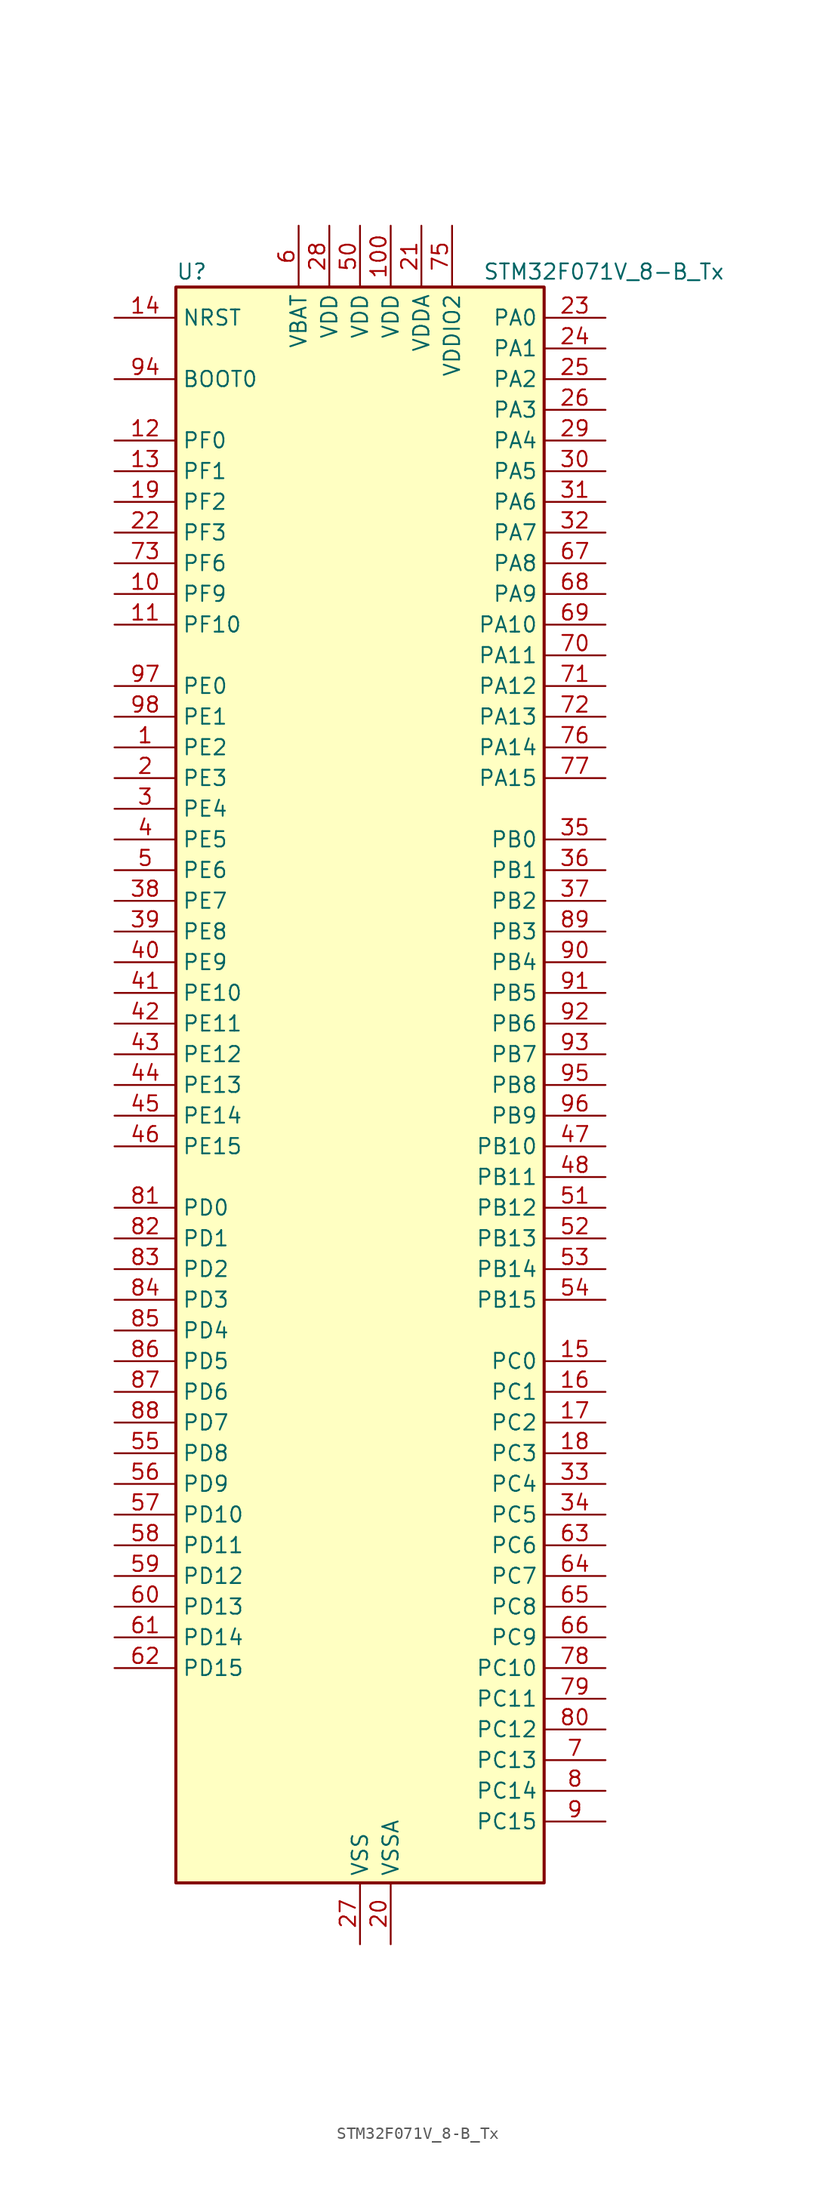
<source format=kicad_sym>
(kicad_symbol_lib
  (version 20220914)
  (generator kicad_symbol_editor)
  (symbol "STM32F071V_8-B_Tx"
    (property "Reference" "U"
      (at -15.24 67.31 0)
      (effects (font (size 1.27 1.27)) (justify left)))
    (property "Value" "STM32F071V_8-B_Tx"
      (at 10.16 67.31 0)
      (effects (font (size 1.27 1.27)) (justify left)))
    (property "ki_locked" ""
      (at 0 0 0)
      (effects (font (size 1.27 1.27))))
    (symbol "STM32F071V_8-B_Tx_0_1"
      (rectangle (start -15.24 -66.04) (end 15.24 66.04) (stroke (width 0.254) (type default)) (fill (type background))))
    (symbol "STM32F071V_8-B_Tx_1_1"
      (pin bidirectional line (at -20.32 27.94 0) (length 5.08) (name "PE2" (effects (font (size 1.27 1.27)))) (number "1" (effects (font (size 1.27 1.27)))) (alternate "TIM3_ETR" bidirectional line) (alternate "TSC_G7_IO1" bidirectional line))
      (pin bidirectional line (at -20.32 40.64 0) (length 5.08) (name "PF9" (effects (font (size 1.27 1.27)))) (number "10" (effects (font (size 1.27 1.27)))) (alternate "DAC_EXTI9" bidirectional line) (alternate "TIM15_CH1" bidirectional line))
      (pin power_in line (at 2.54 71.12 270) (length 5.08) (name "VDD" (effects (font (size 1.27 1.27)))) (number "100" (effects (font (size 1.27 1.27)))))
      (pin bidirectional line (at -20.32 38.1 0) (length 5.08) (name "PF10" (effects (font (size 1.27 1.27)))) (number "11" (effects (font (size 1.27 1.27)))) (alternate "TIM15_CH2" bidirectional line))
      (pin bidirectional line (at -20.32 53.34 0) (length 5.08) (name "PF0" (effects (font (size 1.27 1.27)))) (number "12" (effects (font (size 1.27 1.27)))) (alternate "CRS_SYNC" bidirectional line) (alternate "RCC_OSC_IN" bidirectional line))
      (pin bidirectional line (at -20.32 50.8 0) (length 5.08) (name "PF1" (effects (font (size 1.27 1.27)))) (number "13" (effects (font (size 1.27 1.27)))) (alternate "RCC_OSC_OUT" bidirectional line))
      (pin input line (at -20.32 63.5 0) (length 5.08) (name "NRST" (effects (font (size 1.27 1.27)))) (number "14" (effects (font (size 1.27 1.27)))))
      (pin bidirectional line (at 20.32 -22.86 180) (length 5.08) (name "PC0" (effects (font (size 1.27 1.27)))) (number "15" (effects (font (size 1.27 1.27)))) (alternate "ADC_IN10" bidirectional line))
      (pin bidirectional line (at 20.32 -25.4 180) (length 5.08) (name "PC1" (effects (font (size 1.27 1.27)))) (number "16" (effects (font (size 1.27 1.27)))) (alternate "ADC_IN11" bidirectional line))
      (pin bidirectional line (at 20.32 -27.94 180) (length 5.08) (name "PC2" (effects (font (size 1.27 1.27)))) (number "17" (effects (font (size 1.27 1.27)))) (alternate "ADC_IN12" bidirectional line) (alternate "I2S2_MCK" bidirectional line) (alternate "SPI2_MISO" bidirectional line))
      (pin bidirectional line (at 20.32 -30.48 180) (length 5.08) (name "PC3" (effects (font (size 1.27 1.27)))) (number "18" (effects (font (size 1.27 1.27)))) (alternate "ADC_IN13" bidirectional line) (alternate "I2S2_SD" bidirectional line) (alternate "SPI2_MOSI" bidirectional line))
      (pin bidirectional line (at -20.32 48.26 0) (length 5.08) (name "PF2" (effects (font (size 1.27 1.27)))) (number "19" (effects (font (size 1.27 1.27)))) (alternate "SYS_WKUP8" bidirectional line))
      (pin bidirectional line (at -20.32 25.4 0) (length 5.08) (name "PE3" (effects (font (size 1.27 1.27)))) (number "2" (effects (font (size 1.27 1.27)))) (alternate "TIM3_CH1" bidirectional line) (alternate "TSC_G7_IO2" bidirectional line))
      (pin power_in line (at 2.54 -71.12 90) (length 5.08) (name "VSSA" (effects (font (size 1.27 1.27)))) (number "20" (effects (font (size 1.27 1.27)))))
      (pin power_in line (at 5.08 71.12 270) (length 5.08) (name "VDDA" (effects (font (size 1.27 1.27)))) (number "21" (effects (font (size 1.27 1.27)))))
      (pin bidirectional line (at -20.32 45.72 0) (length 5.08) (name "PF3" (effects (font (size 1.27 1.27)))) (number "22" (effects (font (size 1.27 1.27)))))
      (pin bidirectional line (at 20.32 63.5 180) (length 5.08) (name "PA0" (effects (font (size 1.27 1.27)))) (number "23" (effects (font (size 1.27 1.27)))) (alternate "ADC_IN0" bidirectional line) (alternate "COMP1_INM" bidirectional line) (alternate "COMP1_OUT" bidirectional line) (alternate "RTC_TAMP2" bidirectional line) (alternate "SYS_WKUP1" bidirectional line) (alternate "TIM2_CH1" bidirectional line) (alternate "TIM2_ETR" bidirectional line) (alternate "TSC_G1_IO1" bidirectional line) (alternate "USART2_CTS" bidirectional line) (alternate "USART4_TX" bidirectional line))
      (pin bidirectional line (at 20.32 60.96 180) (length 5.08) (name "PA1" (effects (font (size 1.27 1.27)))) (number "24" (effects (font (size 1.27 1.27)))) (alternate "ADC_IN1" bidirectional line) (alternate "COMP1_INP" bidirectional line) (alternate "TIM15_CH1N" bidirectional line) (alternate "TIM2_CH2" bidirectional line) (alternate "TSC_G1_IO2" bidirectional line) (alternate "USART2_DE" bidirectional line) (alternate "USART2_RTS" bidirectional line) (alternate "USART4_RX" bidirectional line))
      (pin bidirectional line (at 20.32 58.42 180) (length 5.08) (name "PA2" (effects (font (size 1.27 1.27)))) (number "25" (effects (font (size 1.27 1.27)))) (alternate "ADC_IN2" bidirectional line) (alternate "COMP2_INM" bidirectional line) (alternate "COMP2_OUT" bidirectional line) (alternate "SYS_WKUP4" bidirectional line) (alternate "TIM15_CH1" bidirectional line) (alternate "TIM2_CH3" bidirectional line) (alternate "TSC_G1_IO3" bidirectional line) (alternate "USART2_TX" bidirectional line))
      (pin bidirectional line (at 20.32 55.88 180) (length 5.08) (name "PA3" (effects (font (size 1.27 1.27)))) (number "26" (effects (font (size 1.27 1.27)))) (alternate "ADC_IN3" bidirectional line) (alternate "COMP2_INP" bidirectional line) (alternate "TIM15_CH2" bidirectional line) (alternate "TIM2_CH4" bidirectional line) (alternate "TSC_G1_IO4" bidirectional line) (alternate "USART2_RX" bidirectional line))
      (pin power_in line (at 0 -71.12 90) (length 5.08) (name "VSS" (effects (font (size 1.27 1.27)))) (number "27" (effects (font (size 1.27 1.27)))))
      (pin power_in line (at -2.54 71.12 270) (length 5.08) (name "VDD" (effects (font (size 1.27 1.27)))) (number "28" (effects (font (size 1.27 1.27)))))
      (pin bidirectional line (at 20.32 53.34 180) (length 5.08) (name "PA4" (effects (font (size 1.27 1.27)))) (number "29" (effects (font (size 1.27 1.27)))) (alternate "ADC_IN4" bidirectional line) (alternate "COMP1_INM" bidirectional line) (alternate "COMP2_INM" bidirectional line) (alternate "DAC_OUT1" bidirectional line) (alternate "I2S1_WS" bidirectional line) (alternate "SPI1_NSS" bidirectional line) (alternate "TIM14_CH1" bidirectional line) (alternate "TSC_G2_IO1" bidirectional line) (alternate "USART2_CK" bidirectional line))
      (pin bidirectional line (at -20.32 22.86 0) (length 5.08) (name "PE4" (effects (font (size 1.27 1.27)))) (number "3" (effects (font (size 1.27 1.27)))) (alternate "TIM3_CH2" bidirectional line) (alternate "TSC_G7_IO3" bidirectional line))
      (pin bidirectional line (at 20.32 50.8 180) (length 5.08) (name "PA5" (effects (font (size 1.27 1.27)))) (number "30" (effects (font (size 1.27 1.27)))) (alternate "ADC_IN5" bidirectional line) (alternate "CEC" bidirectional line) (alternate "COMP1_INM" bidirectional line) (alternate "COMP2_INM" bidirectional line) (alternate "DAC_OUT2" bidirectional line) (alternate "I2S1_CK" bidirectional line) (alternate "SPI1_SCK" bidirectional line) (alternate "TIM2_CH1" bidirectional line) (alternate "TIM2_ETR" bidirectional line) (alternate "TSC_G2_IO2" bidirectional line))
      (pin bidirectional line (at 20.32 48.26 180) (length 5.08) (name "PA6" (effects (font (size 1.27 1.27)))) (number "31" (effects (font (size 1.27 1.27)))) (alternate "ADC_IN6" bidirectional line) (alternate "COMP1_OUT" bidirectional line) (alternate "I2S1_MCK" bidirectional line) (alternate "SPI1_MISO" bidirectional line) (alternate "TIM16_CH1" bidirectional line) (alternate "TIM1_BKIN" bidirectional line) (alternate "TIM3_CH1" bidirectional line) (alternate "TSC_G2_IO3" bidirectional line) (alternate "USART3_CTS" bidirectional line))
      (pin bidirectional line (at 20.32 45.72 180) (length 5.08) (name "PA7" (effects (font (size 1.27 1.27)))) (number "32" (effects (font (size 1.27 1.27)))) (alternate "ADC_IN7" bidirectional line) (alternate "COMP2_OUT" bidirectional line) (alternate "I2S1_SD" bidirectional line) (alternate "SPI1_MOSI" bidirectional line) (alternate "TIM14_CH1" bidirectional line) (alternate "TIM17_CH1" bidirectional line) (alternate "TIM1_CH1N" bidirectional line) (alternate "TIM3_CH2" bidirectional line) (alternate "TSC_G2_IO4" bidirectional line))
      (pin bidirectional line (at 20.32 -33.02 180) (length 5.08) (name "PC4" (effects (font (size 1.27 1.27)))) (number "33" (effects (font (size 1.27 1.27)))) (alternate "ADC_IN14" bidirectional line) (alternate "USART3_TX" bidirectional line))
      (pin bidirectional line (at 20.32 -35.56 180) (length 5.08) (name "PC5" (effects (font (size 1.27 1.27)))) (number "34" (effects (font (size 1.27 1.27)))) (alternate "ADC_IN15" bidirectional line) (alternate "SYS_WKUP5" bidirectional line) (alternate "TSC_G3_IO1" bidirectional line) (alternate "USART3_RX" bidirectional line))
      (pin bidirectional line (at 20.32 20.32 180) (length 5.08) (name "PB0" (effects (font (size 1.27 1.27)))) (number "35" (effects (font (size 1.27 1.27)))) (alternate "ADC_IN8" bidirectional line) (alternate "TIM1_CH2N" bidirectional line) (alternate "TIM3_CH3" bidirectional line) (alternate "TSC_G3_IO2" bidirectional line) (alternate "USART3_CK" bidirectional line))
      (pin bidirectional line (at 20.32 17.78 180) (length 5.08) (name "PB1" (effects (font (size 1.27 1.27)))) (number "36" (effects (font (size 1.27 1.27)))) (alternate "ADC_IN9" bidirectional line) (alternate "TIM14_CH1" bidirectional line) (alternate "TIM1_CH3N" bidirectional line) (alternate "TIM3_CH4" bidirectional line) (alternate "TSC_G3_IO3" bidirectional line) (alternate "USART3_DE" bidirectional line) (alternate "USART3_RTS" bidirectional line))
      (pin bidirectional line (at 20.32 15.24 180) (length 5.08) (name "PB2" (effects (font (size 1.27 1.27)))) (number "37" (effects (font (size 1.27 1.27)))) (alternate "TSC_G3_IO4" bidirectional line))
      (pin bidirectional line (at -20.32 15.24 0) (length 5.08) (name "PE7" (effects (font (size 1.27 1.27)))) (number "38" (effects (font (size 1.27 1.27)))) (alternate "TIM1_ETR" bidirectional line))
      (pin bidirectional line (at -20.32 12.7 0) (length 5.08) (name "PE8" (effects (font (size 1.27 1.27)))) (number "39" (effects (font (size 1.27 1.27)))) (alternate "TIM1_CH1N" bidirectional line))
      (pin bidirectional line (at -20.32 20.32 0) (length 5.08) (name "PE5" (effects (font (size 1.27 1.27)))) (number "4" (effects (font (size 1.27 1.27)))) (alternate "TIM3_CH3" bidirectional line) (alternate "TSC_G7_IO4" bidirectional line))
      (pin bidirectional line (at -20.32 10.16 0) (length 5.08) (name "PE9" (effects (font (size 1.27 1.27)))) (number "40" (effects (font (size 1.27 1.27)))) (alternate "DAC_EXTI9" bidirectional line) (alternate "TIM1_CH1" bidirectional line))
      (pin bidirectional line (at -20.32 7.62 0) (length 5.08) (name "PE10" (effects (font (size 1.27 1.27)))) (number "41" (effects (font (size 1.27 1.27)))) (alternate "TIM1_CH2N" bidirectional line))
      (pin bidirectional line (at -20.32 5.08 0) (length 5.08) (name "PE11" (effects (font (size 1.27 1.27)))) (number "42" (effects (font (size 1.27 1.27)))) (alternate "TIM1_CH2" bidirectional line))
      (pin bidirectional line (at -20.32 2.54 0) (length 5.08) (name "PE12" (effects (font (size 1.27 1.27)))) (number "43" (effects (font (size 1.27 1.27)))) (alternate "I2S1_WS" bidirectional line) (alternate "SPI1_NSS" bidirectional line) (alternate "TIM1_CH3N" bidirectional line))
      (pin bidirectional line (at -20.32 0 0) (length 5.08) (name "PE13" (effects (font (size 1.27 1.27)))) (number "44" (effects (font (size 1.27 1.27)))) (alternate "I2S1_CK" bidirectional line) (alternate "SPI1_SCK" bidirectional line) (alternate "TIM1_CH3" bidirectional line))
      (pin bidirectional line (at -20.32 -2.54 0) (length 5.08) (name "PE14" (effects (font (size 1.27 1.27)))) (number "45" (effects (font (size 1.27 1.27)))) (alternate "I2S1_MCK" bidirectional line) (alternate "SPI1_MISO" bidirectional line) (alternate "TIM1_CH4" bidirectional line))
      (pin bidirectional line (at -20.32 -5.08 0) (length 5.08) (name "PE15" (effects (font (size 1.27 1.27)))) (number "46" (effects (font (size 1.27 1.27)))) (alternate "I2S1_SD" bidirectional line) (alternate "SPI1_MOSI" bidirectional line) (alternate "TIM1_BKIN" bidirectional line))
      (pin bidirectional line (at 20.32 -5.08 180) (length 5.08) (name "PB10" (effects (font (size 1.27 1.27)))) (number "47" (effects (font (size 1.27 1.27)))) (alternate "CEC" bidirectional line) (alternate "I2C2_SCL" bidirectional line) (alternate "I2S2_CK" bidirectional line) (alternate "SPI2_SCK" bidirectional line) (alternate "TIM2_CH3" bidirectional line) (alternate "TSC_SYNC" bidirectional line) (alternate "USART3_TX" bidirectional line))
      (pin bidirectional line (at 20.32 -7.62 180) (length 5.08) (name "PB11" (effects (font (size 1.27 1.27)))) (number "48" (effects (font (size 1.27 1.27)))) (alternate "I2C2_SDA" bidirectional line) (alternate "TIM2_CH4" bidirectional line) (alternate "TSC_G6_IO1" bidirectional line) (alternate "USART3_RX" bidirectional line))
      (pin passive line (at 0 -71.12 90) (length 5.08) hide (name "VSS" (effects (font (size 1.27 1.27)))) (number "49" (effects (font (size 1.27 1.27)))))
      (pin bidirectional line (at -20.32 17.78 0) (length 5.08) (name "PE6" (effects (font (size 1.27 1.27)))) (number "5" (effects (font (size 1.27 1.27)))) (alternate "RTC_TAMP3" bidirectional line) (alternate "SYS_WKUP3" bidirectional line) (alternate "TIM3_CH4" bidirectional line))
      (pin power_in line (at 0 71.12 270) (length 5.08) (name "VDD" (effects (font (size 1.27 1.27)))) (number "50" (effects (font (size 1.27 1.27)))))
      (pin bidirectional line (at 20.32 -10.16 180) (length 5.08) (name "PB12" (effects (font (size 1.27 1.27)))) (number "51" (effects (font (size 1.27 1.27)))) (alternate "I2S2_WS" bidirectional line) (alternate "SPI2_NSS" bidirectional line) (alternate "TIM15_BKIN" bidirectional line) (alternate "TIM1_BKIN" bidirectional line) (alternate "TSC_G6_IO2" bidirectional line) (alternate "USART3_CK" bidirectional line))
      (pin bidirectional line (at 20.32 -12.7 180) (length 5.08) (name "PB13" (effects (font (size 1.27 1.27)))) (number "52" (effects (font (size 1.27 1.27)))) (alternate "I2C2_SCL" bidirectional line) (alternate "I2S2_CK" bidirectional line) (alternate "SPI2_SCK" bidirectional line) (alternate "TIM1_CH1N" bidirectional line) (alternate "TSC_G6_IO3" bidirectional line) (alternate "USART3_CTS" bidirectional line))
      (pin bidirectional line (at 20.32 -15.24 180) (length 5.08) (name "PB14" (effects (font (size 1.27 1.27)))) (number "53" (effects (font (size 1.27 1.27)))) (alternate "I2C2_SDA" bidirectional line) (alternate "I2S2_MCK" bidirectional line) (alternate "SPI2_MISO" bidirectional line) (alternate "TIM15_CH1" bidirectional line) (alternate "TIM1_CH2N" bidirectional line) (alternate "TSC_G6_IO4" bidirectional line) (alternate "USART3_DE" bidirectional line) (alternate "USART3_RTS" bidirectional line))
      (pin bidirectional line (at 20.32 -17.78 180) (length 5.08) (name "PB15" (effects (font (size 1.27 1.27)))) (number "54" (effects (font (size 1.27 1.27)))) (alternate "I2S2_SD" bidirectional line) (alternate "RTC_REFIN" bidirectional line) (alternate "SPI2_MOSI" bidirectional line) (alternate "SYS_WKUP7" bidirectional line) (alternate "TIM15_CH1N" bidirectional line) (alternate "TIM15_CH2" bidirectional line) (alternate "TIM1_CH3N" bidirectional line))
      (pin bidirectional line (at -20.32 -30.48 0) (length 5.08) (name "PD8" (effects (font (size 1.27 1.27)))) (number "55" (effects (font (size 1.27 1.27)))) (alternate "USART3_TX" bidirectional line))
      (pin bidirectional line (at -20.32 -33.02 0) (length 5.08) (name "PD9" (effects (font (size 1.27 1.27)))) (number "56" (effects (font (size 1.27 1.27)))) (alternate "DAC_EXTI9" bidirectional line) (alternate "USART3_RX" bidirectional line))
      (pin bidirectional line (at -20.32 -35.56 0) (length 5.08) (name "PD10" (effects (font (size 1.27 1.27)))) (number "57" (effects (font (size 1.27 1.27)))) (alternate "USART3_CK" bidirectional line))
      (pin bidirectional line (at -20.32 -38.1 0) (length 5.08) (name "PD11" (effects (font (size 1.27 1.27)))) (number "58" (effects (font (size 1.27 1.27)))) (alternate "USART3_CTS" bidirectional line))
      (pin bidirectional line (at -20.32 -40.64 0) (length 5.08) (name "PD12" (effects (font (size 1.27 1.27)))) (number "59" (effects (font (size 1.27 1.27)))) (alternate "TSC_G8_IO1" bidirectional line) (alternate "USART3_DE" bidirectional line) (alternate "USART3_RTS" bidirectional line))
      (pin power_in line (at -5.08 71.12 270) (length 5.08) (name "VBAT" (effects (font (size 1.27 1.27)))) (number "6" (effects (font (size 1.27 1.27)))))
      (pin bidirectional line (at -20.32 -43.18 0) (length 5.08) (name "PD13" (effects (font (size 1.27 1.27)))) (number "60" (effects (font (size 1.27 1.27)))) (alternate "TSC_G8_IO2" bidirectional line))
      (pin bidirectional line (at -20.32 -45.72 0) (length 5.08) (name "PD14" (effects (font (size 1.27 1.27)))) (number "61" (effects (font (size 1.27 1.27)))) (alternate "TSC_G8_IO3" bidirectional line))
      (pin bidirectional line (at -20.32 -48.26 0) (length 5.08) (name "PD15" (effects (font (size 1.27 1.27)))) (number "62" (effects (font (size 1.27 1.27)))) (alternate "CRS_SYNC" bidirectional line) (alternate "TSC_G8_IO4" bidirectional line))
      (pin bidirectional line (at 20.32 -38.1 180) (length 5.08) (name "PC6" (effects (font (size 1.27 1.27)))) (number "63" (effects (font (size 1.27 1.27)))) (alternate "TIM3_CH1" bidirectional line))
      (pin bidirectional line (at 20.32 -40.64 180) (length 5.08) (name "PC7" (effects (font (size 1.27 1.27)))) (number "64" (effects (font (size 1.27 1.27)))) (alternate "TIM3_CH2" bidirectional line))
      (pin bidirectional line (at 20.32 -43.18 180) (length 5.08) (name "PC8" (effects (font (size 1.27 1.27)))) (number "65" (effects (font (size 1.27 1.27)))) (alternate "TIM3_CH3" bidirectional line))
      (pin bidirectional line (at 20.32 -45.72 180) (length 5.08) (name "PC9" (effects (font (size 1.27 1.27)))) (number "66" (effects (font (size 1.27 1.27)))) (alternate "DAC_EXTI9" bidirectional line) (alternate "TIM3_CH4" bidirectional line))
      (pin bidirectional line (at 20.32 43.18 180) (length 5.08) (name "PA8" (effects (font (size 1.27 1.27)))) (number "67" (effects (font (size 1.27 1.27)))) (alternate "CRS_SYNC" bidirectional line) (alternate "RCC_MCO" bidirectional line) (alternate "TIM1_CH1" bidirectional line) (alternate "USART1_CK" bidirectional line))
      (pin bidirectional line (at 20.32 40.64 180) (length 5.08) (name "PA9" (effects (font (size 1.27 1.27)))) (number "68" (effects (font (size 1.27 1.27)))) (alternate "DAC_EXTI9" bidirectional line) (alternate "TIM15_BKIN" bidirectional line) (alternate "TIM1_CH2" bidirectional line) (alternate "TSC_G4_IO1" bidirectional line) (alternate "USART1_TX" bidirectional line))
      (pin bidirectional line (at 20.32 38.1 180) (length 5.08) (name "PA10" (effects (font (size 1.27 1.27)))) (number "69" (effects (font (size 1.27 1.27)))) (alternate "TIM17_BKIN" bidirectional line) (alternate "TIM1_CH3" bidirectional line) (alternate "TSC_G4_IO2" bidirectional line) (alternate "USART1_RX" bidirectional line))
      (pin bidirectional line (at 20.32 -55.88 180) (length 5.08) (name "PC13" (effects (font (size 1.27 1.27)))) (number "7" (effects (font (size 1.27 1.27)))) (alternate "RTC_OUT_ALARM" bidirectional line) (alternate "RTC_OUT_CALIB" bidirectional line) (alternate "RTC_TAMP1" bidirectional line) (alternate "RTC_TS" bidirectional line) (alternate "SYS_WKUP2" bidirectional line))
      (pin bidirectional line (at 20.32 35.56 180) (length 5.08) (name "PA11" (effects (font (size 1.27 1.27)))) (number "70" (effects (font (size 1.27 1.27)))) (alternate "COMP1_OUT" bidirectional line) (alternate "TIM1_CH4" bidirectional line) (alternate "TSC_G4_IO3" bidirectional line) (alternate "USART1_CTS" bidirectional line))
      (pin bidirectional line (at 20.32 33.02 180) (length 5.08) (name "PA12" (effects (font (size 1.27 1.27)))) (number "71" (effects (font (size 1.27 1.27)))) (alternate "COMP2_OUT" bidirectional line) (alternate "TIM1_ETR" bidirectional line) (alternate "TSC_G4_IO4" bidirectional line) (alternate "USART1_DE" bidirectional line) (alternate "USART1_RTS" bidirectional line))
      (pin bidirectional line (at 20.32 30.48 180) (length 5.08) (name "PA13" (effects (font (size 1.27 1.27)))) (number "72" (effects (font (size 1.27 1.27)))) (alternate "IR_OUT" bidirectional line) (alternate "SYS_SWDIO" bidirectional line))
      (pin bidirectional line (at -20.32 43.18 0) (length 5.08) (name "PF6" (effects (font (size 1.27 1.27)))) (number "73" (effects (font (size 1.27 1.27)))))
      (pin passive line (at 0 -71.12 90) (length 5.08) hide (name "VSS" (effects (font (size 1.27 1.27)))) (number "74" (effects (font (size 1.27 1.27)))))
      (pin power_in line (at 7.62 71.12 270) (length 5.08) (name "VDDIO2" (effects (font (size 1.27 1.27)))) (number "75" (effects (font (size 1.27 1.27)))))
      (pin bidirectional line (at 20.32 27.94 180) (length 5.08) (name "PA14" (effects (font (size 1.27 1.27)))) (number "76" (effects (font (size 1.27 1.27)))) (alternate "SYS_SWCLK" bidirectional line) (alternate "USART2_TX" bidirectional line))
      (pin bidirectional line (at 20.32 25.4 180) (length 5.08) (name "PA15" (effects (font (size 1.27 1.27)))) (number "77" (effects (font (size 1.27 1.27)))) (alternate "I2S1_WS" bidirectional line) (alternate "SPI1_NSS" bidirectional line) (alternate "TIM2_CH1" bidirectional line) (alternate "TIM2_ETR" bidirectional line) (alternate "USART2_RX" bidirectional line) (alternate "USART4_DE" bidirectional line) (alternate "USART4_RTS" bidirectional line))
      (pin bidirectional line (at 20.32 -48.26 180) (length 5.08) (name "PC10" (effects (font (size 1.27 1.27)))) (number "78" (effects (font (size 1.27 1.27)))) (alternate "USART3_TX" bidirectional line) (alternate "USART4_TX" bidirectional line))
      (pin bidirectional line (at 20.32 -50.8 180) (length 5.08) (name "PC11" (effects (font (size 1.27 1.27)))) (number "79" (effects (font (size 1.27 1.27)))) (alternate "USART3_RX" bidirectional line) (alternate "USART4_RX" bidirectional line))
      (pin bidirectional line (at 20.32 -58.42 180) (length 5.08) (name "PC14" (effects (font (size 1.27 1.27)))) (number "8" (effects (font (size 1.27 1.27)))) (alternate "RCC_OSC32_IN" bidirectional line))
      (pin bidirectional line (at 20.32 -53.34 180) (length 5.08) (name "PC12" (effects (font (size 1.27 1.27)))) (number "80" (effects (font (size 1.27 1.27)))) (alternate "USART3_CK" bidirectional line) (alternate "USART4_CK" bidirectional line))
      (pin bidirectional line (at -20.32 -10.16 0) (length 5.08) (name "PD0" (effects (font (size 1.27 1.27)))) (number "81" (effects (font (size 1.27 1.27)))) (alternate "I2S2_WS" bidirectional line) (alternate "SPI2_NSS" bidirectional line))
      (pin bidirectional line (at -20.32 -12.7 0) (length 5.08) (name "PD1" (effects (font (size 1.27 1.27)))) (number "82" (effects (font (size 1.27 1.27)))) (alternate "I2S2_CK" bidirectional line) (alternate "SPI2_SCK" bidirectional line))
      (pin bidirectional line (at -20.32 -15.24 0) (length 5.08) (name "PD2" (effects (font (size 1.27 1.27)))) (number "83" (effects (font (size 1.27 1.27)))) (alternate "TIM3_ETR" bidirectional line) (alternate "USART3_DE" bidirectional line) (alternate "USART3_RTS" bidirectional line))
      (pin bidirectional line (at -20.32 -17.78 0) (length 5.08) (name "PD3" (effects (font (size 1.27 1.27)))) (number "84" (effects (font (size 1.27 1.27)))) (alternate "I2S2_MCK" bidirectional line) (alternate "SPI2_MISO" bidirectional line) (alternate "USART2_CTS" bidirectional line))
      (pin bidirectional line (at -20.32 -20.32 0) (length 5.08) (name "PD4" (effects (font (size 1.27 1.27)))) (number "85" (effects (font (size 1.27 1.27)))) (alternate "I2S2_SD" bidirectional line) (alternate "SPI2_MOSI" bidirectional line) (alternate "USART2_DE" bidirectional line) (alternate "USART2_RTS" bidirectional line))
      (pin bidirectional line (at -20.32 -22.86 0) (length 5.08) (name "PD5" (effects (font (size 1.27 1.27)))) (number "86" (effects (font (size 1.27 1.27)))) (alternate "USART2_TX" bidirectional line))
      (pin bidirectional line (at -20.32 -25.4 0) (length 5.08) (name "PD6" (effects (font (size 1.27 1.27)))) (number "87" (effects (font (size 1.27 1.27)))) (alternate "USART2_RX" bidirectional line))
      (pin bidirectional line (at -20.32 -27.94 0) (length 5.08) (name "PD7" (effects (font (size 1.27 1.27)))) (number "88" (effects (font (size 1.27 1.27)))) (alternate "USART2_CK" bidirectional line))
      (pin bidirectional line (at 20.32 12.7 180) (length 5.08) (name "PB3" (effects (font (size 1.27 1.27)))) (number "89" (effects (font (size 1.27 1.27)))) (alternate "I2S1_CK" bidirectional line) (alternate "SPI1_SCK" bidirectional line) (alternate "TIM2_CH2" bidirectional line) (alternate "TSC_G5_IO1" bidirectional line))
      (pin bidirectional line (at 20.32 -60.96 180) (length 5.08) (name "PC15" (effects (font (size 1.27 1.27)))) (number "9" (effects (font (size 1.27 1.27)))) (alternate "RCC_OSC32_OUT" bidirectional line))
      (pin bidirectional line (at 20.32 10.16 180) (length 5.08) (name "PB4" (effects (font (size 1.27 1.27)))) (number "90" (effects (font (size 1.27 1.27)))) (alternate "I2S1_MCK" bidirectional line) (alternate "SPI1_MISO" bidirectional line) (alternate "TIM17_BKIN" bidirectional line) (alternate "TIM3_CH1" bidirectional line) (alternate "TSC_G5_IO2" bidirectional line))
      (pin bidirectional line (at 20.32 7.62 180) (length 5.08) (name "PB5" (effects (font (size 1.27 1.27)))) (number "91" (effects (font (size 1.27 1.27)))) (alternate "I2C1_SMBA" bidirectional line) (alternate "I2S1_SD" bidirectional line) (alternate "SPI1_MOSI" bidirectional line) (alternate "SYS_WKUP6" bidirectional line) (alternate "TIM16_BKIN" bidirectional line) (alternate "TIM3_CH2" bidirectional line))
      (pin bidirectional line (at 20.32 5.08 180) (length 5.08) (name "PB6" (effects (font (size 1.27 1.27)))) (number "92" (effects (font (size 1.27 1.27)))) (alternate "I2C1_SCL" bidirectional line) (alternate "TIM16_CH1N" bidirectional line) (alternate "TSC_G5_IO3" bidirectional line) (alternate "USART1_TX" bidirectional line))
      (pin bidirectional line (at 20.32 2.54 180) (length 5.08) (name "PB7" (effects (font (size 1.27 1.27)))) (number "93" (effects (font (size 1.27 1.27)))) (alternate "I2C1_SDA" bidirectional line) (alternate "TIM17_CH1N" bidirectional line) (alternate "TSC_G5_IO4" bidirectional line) (alternate "USART1_RX" bidirectional line) (alternate "USART4_CTS" bidirectional line))
      (pin input line (at -20.32 58.42 0) (length 5.08) (name "BOOT0" (effects (font (size 1.27 1.27)))) (number "94" (effects (font (size 1.27 1.27)))))
      (pin bidirectional line (at 20.32 0 180) (length 5.08) (name "PB8" (effects (font (size 1.27 1.27)))) (number "95" (effects (font (size 1.27 1.27)))) (alternate "CEC" bidirectional line) (alternate "I2C1_SCL" bidirectional line) (alternate "TIM16_CH1" bidirectional line) (alternate "TSC_SYNC" bidirectional line))
      (pin bidirectional line (at 20.32 -2.54 180) (length 5.08) (name "PB9" (effects (font (size 1.27 1.27)))) (number "96" (effects (font (size 1.27 1.27)))) (alternate "DAC_EXTI9" bidirectional line) (alternate "I2C1_SDA" bidirectional line) (alternate "I2S2_WS" bidirectional line) (alternate "IR_OUT" bidirectional line) (alternate "SPI2_NSS" bidirectional line) (alternate "TIM17_CH1" bidirectional line))
      (pin bidirectional line (at -20.32 33.02 0) (length 5.08) (name "PE0" (effects (font (size 1.27 1.27)))) (number "97" (effects (font (size 1.27 1.27)))) (alternate "TIM16_CH1" bidirectional line))
      (pin bidirectional line (at -20.32 30.48 0) (length 5.08) (name "PE1" (effects (font (size 1.27 1.27)))) (number "98" (effects (font (size 1.27 1.27)))) (alternate "TIM17_CH1" bidirectional line))
      (pin passive line (at 0 -71.12 90) (length 5.08) hide (name "VSS" (effects (font (size 1.27 1.27)))) (number "99" (effects (font (size 1.27 1.27))))))))
</source>
